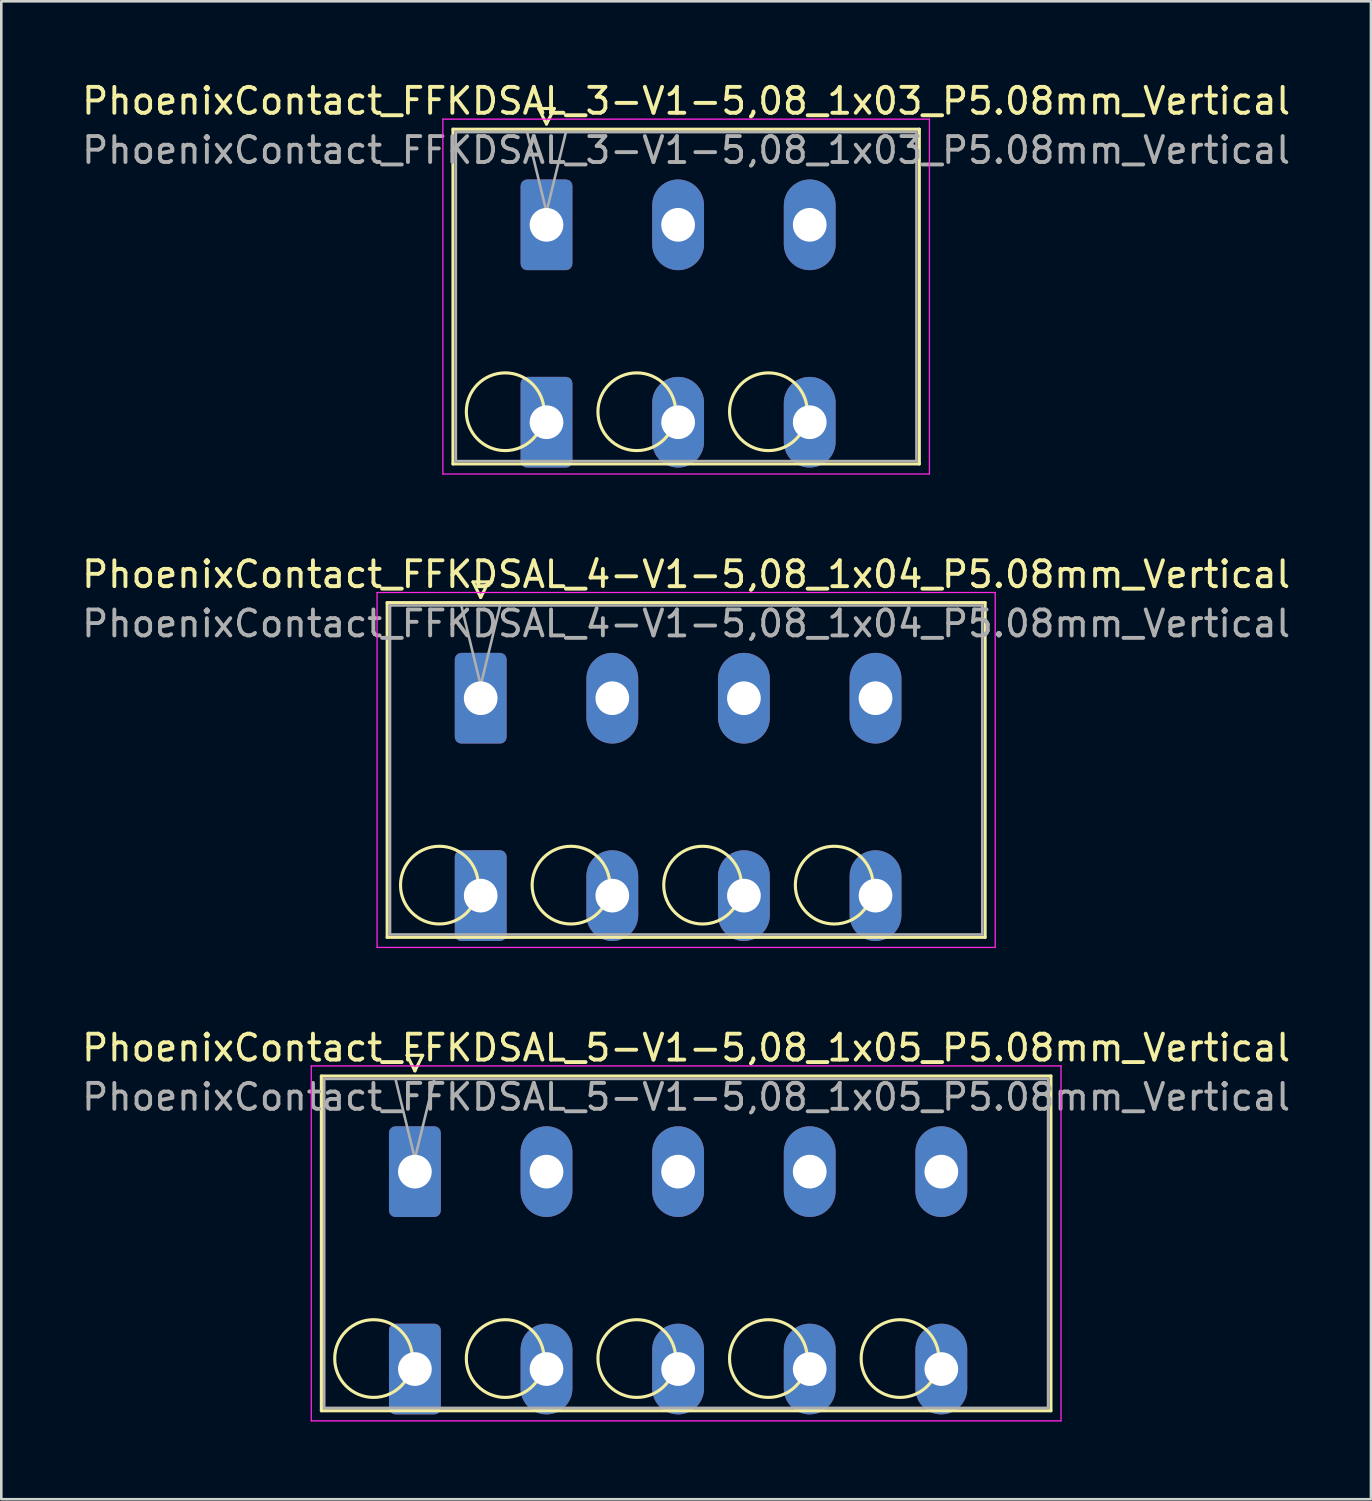
<source format=kicad_pcb>
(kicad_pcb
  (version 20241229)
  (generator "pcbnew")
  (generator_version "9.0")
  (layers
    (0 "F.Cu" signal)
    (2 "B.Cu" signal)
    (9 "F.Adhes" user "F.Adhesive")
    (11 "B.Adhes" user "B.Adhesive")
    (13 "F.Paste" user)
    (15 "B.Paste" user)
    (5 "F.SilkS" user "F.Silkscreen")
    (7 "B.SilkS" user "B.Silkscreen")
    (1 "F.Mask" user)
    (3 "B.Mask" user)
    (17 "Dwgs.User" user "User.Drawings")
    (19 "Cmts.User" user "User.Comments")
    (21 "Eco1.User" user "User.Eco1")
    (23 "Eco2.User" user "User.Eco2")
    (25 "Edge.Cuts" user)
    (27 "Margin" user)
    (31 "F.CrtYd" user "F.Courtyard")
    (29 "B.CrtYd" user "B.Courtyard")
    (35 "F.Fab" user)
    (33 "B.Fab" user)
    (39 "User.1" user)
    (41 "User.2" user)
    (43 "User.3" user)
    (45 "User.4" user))
  (footprint "PhoenixContact_FFKDSAL_3-V1-5,08_1x03_P5.08mm_Vertical"
    (layer "F.Cu")
    (at 18.045 5.628)
    (property "Reference" "PhoenixContact_FFKDSAL_3-V1-5,08_1x03_P5.08mm_Vertical" (at 5.39 -4.78 0) (layer "F.SilkS") (effects (font (size 1 1) (thickness 0.15))))
    (attr through_hole)
    (fp_line (start -3.61 -3.69) (end -3.61 9.23) (stroke (width 0.12) (type solid)) (layer "F.SilkS"))
    (fp_line (start -3.61 9.23) (end 14.39 9.23) (stroke (width 0.12) (type solid)) (layer "F.SilkS"))
    (fp_line (start -0.3 -4.49) (end 0.3 -4.49) (stroke (width 0.12) (type solid)) (layer "F.SilkS"))
    (fp_line (start 0 -3.89) (end -0.3 -4.49) (stroke (width 0.12) (type solid)) (layer "F.SilkS"))
    (fp_line (start 0.3 -4.49) (end 0 -3.89) (stroke (width 0.12) (type solid)) (layer "F.SilkS"))
    (fp_line (start 14.39 -3.69) (end -3.61 -3.69) (stroke (width 0.12) (type solid)) (layer "F.SilkS"))
    (fp_line (start 14.39 9.23) (end 14.39 -3.69) (stroke (width 0.12) (type solid)) (layer "F.SilkS"))
    (fp_circle (center -1.595 7.215) (end -0.095 7.215) (stroke (width 0.12) (type solid)) (fill no) (layer "F.SilkS"))
    (fp_circle (center 3.485 7.215) (end 4.985 7.215) (stroke (width 0.12) (type solid)) (fill no) (layer "F.SilkS"))
    (fp_circle (center 8.565 7.215) (end 10.065 7.215) (stroke (width 0.12) (type solid)) (fill no) (layer "F.SilkS"))
    (fp_line (start -4 -4.08) (end -4 9.62) (stroke (width 0.05) (type solid)) (layer "F.CrtYd"))
    (fp_line (start -4 9.62) (end 14.78 9.62) (stroke (width 0.05) (type solid)) (layer "F.CrtYd"))
    (fp_line (start 14.78 -4.08) (end -4 -4.08) (stroke (width 0.05) (type solid)) (layer "F.CrtYd"))
    (fp_line (start 14.78 9.62) (end 14.78 -4.08) (stroke (width 0.05) (type solid)) (layer "F.CrtYd"))
    (fp_line (start -3.5 -3.58) (end -3.5 9.12) (stroke (width 0.1) (type solid)) (layer "F.Fab"))
    (fp_line (start -3.5 9.12) (end 14.28 9.12) (stroke (width 0.1) (type solid)) (layer "F.Fab"))
    (fp_line (start 0 -0.5) (end -0.75 -3.58) (stroke (width 0.1) (type solid)) (layer "F.Fab"))
    (fp_line (start 0.75 -3.58) (end 0 -0.5) (stroke (width 0.1) (type solid)) (layer "F.Fab"))
    (fp_line (start 14.28 -3.58) (end -3.5 -3.58) (stroke (width 0.1) (type solid)) (layer "F.Fab"))
    (fp_line (start 14.28 9.12) (end 14.28 -3.58) (stroke (width 0.1) (type solid)) (layer "F.Fab"))
    (fp_text user "${REFERENCE}" (at 5.39 -2.88 0) (layer "F.Fab") (effects (font (size 1 1) (thickness 0.15))))
    (pad "1" thru_hole roundrect (at 0 0) (size 2 3.5) (drill 1.3) (layers "*.Cu" "*.Mask") (roundrect_rratio 0.125))
    (pad "1" thru_hole roundrect (at 0 7.62) (size 2 3.5) (drill 1.3) (layers "*.Cu" "*.Mask") (roundrect_rratio 0.125))
    (pad "2" thru_hole oval (at 5.08 0) (size 2 3.5) (drill 1.3) (layers "*.Cu" "*.Mask"))
    (pad "2" thru_hole oval (at 5.08 7.62) (size 2 3.5) (drill 1.3) (layers "*.Cu" "*.Mask"))
    (pad "3" thru_hole oval (at 10.16 0) (size 2 3.5) (drill 1.3) (layers "*.Cu" "*.Mask"))
    (pad "3" thru_hole oval (at 10.16 7.62) (size 2 3.5) (drill 1.3) (layers "*.Cu" "*.Mask")))
  (footprint "PhoenixContact_FFKDSAL_5-V1-5,08_1x05_P5.08mm_Vertical"
    (layer "F.Cu")
    (at 12.965 42.175)
    (property "Reference" "PhoenixContact_FFKDSAL_5-V1-5,08_1x05_P5.08mm_Vertical" (at 10.47 -4.78 0) (layer "F.SilkS") (effects (font (size 1 1) (thickness 0.15))))
    (attr through_hole)
    (fp_line (start -3.61 -3.69) (end -3.61 9.23) (stroke (width 0.12) (type solid)) (layer "F.SilkS"))
    (fp_line (start -3.61 9.23) (end 24.55 9.23) (stroke (width 0.12) (type solid)) (layer "F.SilkS"))
    (fp_line (start -0.3 -4.49) (end 0.3 -4.49) (stroke (width 0.12) (type solid)) (layer "F.SilkS"))
    (fp_line (start 0 -3.89) (end -0.3 -4.49) (stroke (width 0.12) (type solid)) (layer "F.SilkS"))
    (fp_line (start 0.3 -4.49) (end 0 -3.89) (stroke (width 0.12) (type solid)) (layer "F.SilkS"))
    (fp_line (start 24.55 -3.69) (end -3.61 -3.69) (stroke (width 0.12) (type solid)) (layer "F.SilkS"))
    (fp_line (start 24.55 9.23) (end 24.55 -3.69) (stroke (width 0.12) (type solid)) (layer "F.SilkS"))
    (fp_circle (center -1.595 7.215) (end -0.095 7.215) (stroke (width 0.12) (type solid)) (fill no) (layer "F.SilkS"))
    (fp_circle (center 3.485 7.215) (end 4.985 7.215) (stroke (width 0.12) (type solid)) (fill no) (layer "F.SilkS"))
    (fp_circle (center 8.565 7.215) (end 10.065 7.215) (stroke (width 0.12) (type solid)) (fill no) (layer "F.SilkS"))
    (fp_circle (center 13.645 7.215) (end 15.145 7.215) (stroke (width 0.12) (type solid)) (fill no) (layer "F.SilkS"))
    (fp_circle (center 18.725 7.215) (end 20.225 7.215) (stroke (width 0.12) (type solid)) (fill no) (layer "F.SilkS"))
    (fp_line (start -4 -4.08) (end -4 9.62) (stroke (width 0.05) (type solid)) (layer "F.CrtYd"))
    (fp_line (start -4 9.62) (end 24.94 9.62) (stroke (width 0.05) (type solid)) (layer "F.CrtYd"))
    (fp_line (start 24.94 -4.08) (end -4 -4.08) (stroke (width 0.05) (type solid)) (layer "F.CrtYd"))
    (fp_line (start 24.94 9.62) (end 24.94 -4.08) (stroke (width 0.05) (type solid)) (layer "F.CrtYd"))
    (fp_line (start -3.5 -3.58) (end -3.5 9.12) (stroke (width 0.1) (type solid)) (layer "F.Fab"))
    (fp_line (start -3.5 9.12) (end 24.44 9.12) (stroke (width 0.1) (type solid)) (layer "F.Fab"))
    (fp_line (start 0 -0.5) (end -0.75 -3.58) (stroke (width 0.1) (type solid)) (layer "F.Fab"))
    (fp_line (start 0.75 -3.58) (end 0 -0.5) (stroke (width 0.1) (type solid)) (layer "F.Fab"))
    (fp_line (start 24.44 -3.58) (end -3.5 -3.58) (stroke (width 0.1) (type solid)) (layer "F.Fab"))
    (fp_line (start 24.44 9.12) (end 24.44 -3.58) (stroke (width 0.1) (type solid)) (layer "F.Fab"))
    (fp_text user "${REFERENCE}" (at 10.47 -2.88 0) (layer "F.Fab") (effects (font (size 1 1) (thickness 0.15))))
    (pad "1" thru_hole roundrect (at 0 0) (size 2 3.5) (drill 1.3) (layers "*.Cu" "*.Mask") (roundrect_rratio 0.125))
    (pad "1" thru_hole roundrect (at 0 7.62) (size 2 3.5) (drill 1.3) (layers "*.Cu" "*.Mask") (roundrect_rratio 0.125))
    (pad "2" thru_hole oval (at 5.08 0) (size 2 3.5) (drill 1.3) (layers "*.Cu" "*.Mask"))
    (pad "2" thru_hole oval (at 5.08 7.62) (size 2 3.5) (drill 1.3) (layers "*.Cu" "*.Mask"))
    (pad "3" thru_hole oval (at 10.16 0) (size 2 3.5) (drill 1.3) (layers "*.Cu" "*.Mask"))
    (pad "3" thru_hole oval (at 10.16 7.62) (size 2 3.5) (drill 1.3) (layers "*.Cu" "*.Mask"))
    (pad "4" thru_hole oval (at 15.24 0) (size 2 3.5) (drill 1.3) (layers "*.Cu" "*.Mask"))
    (pad "4" thru_hole oval (at 15.24 7.62) (size 2 3.5) (drill 1.3) (layers "*.Cu" "*.Mask"))
    (pad "5" thru_hole oval (at 20.32 0) (size 2 3.5) (drill 1.3) (layers "*.Cu" "*.Mask"))
    (pad "5" thru_hole oval (at 20.32 7.62) (size 2 3.5) (drill 1.3) (layers "*.Cu" "*.Mask")))
  (footprint "PhoenixContact_FFKDSAL_4-V1-5,08_1x04_P5.08mm_Vertical"
    (layer "F.Cu")
    (at 15.505 23.901)
    (property "Reference" "PhoenixContact_FFKDSAL_4-V1-5,08_1x04_P5.08mm_Vertical" (at 7.93 -4.78 0) (layer "F.SilkS") (effects (font (size 1 1) (thickness 0.15))))
    (attr through_hole)
    (fp_line (start -3.61 -3.69) (end -3.61 9.23) (stroke (width 0.12) (type solid)) (layer "F.SilkS"))
    (fp_line (start -3.61 9.23) (end 19.47 9.23) (stroke (width 0.12) (type solid)) (layer "F.SilkS"))
    (fp_line (start -0.3 -4.49) (end 0.3 -4.49) (stroke (width 0.12) (type solid)) (layer "F.SilkS"))
    (fp_line (start 0 -3.89) (end -0.3 -4.49) (stroke (width 0.12) (type solid)) (layer "F.SilkS"))
    (fp_line (start 0.3 -4.49) (end 0 -3.89) (stroke (width 0.12) (type solid)) (layer "F.SilkS"))
    (fp_line (start 19.47 -3.69) (end -3.61 -3.69) (stroke (width 0.12) (type solid)) (layer "F.SilkS"))
    (fp_line (start 19.47 9.23) (end 19.47 -3.69) (stroke (width 0.12) (type solid)) (layer "F.SilkS"))
    (fp_circle (center -1.595 7.215) (end -0.095 7.215) (stroke (width 0.12) (type solid)) (fill no) (layer "F.SilkS"))
    (fp_circle (center 3.485 7.215) (end 4.985 7.215) (stroke (width 0.12) (type solid)) (fill no) (layer "F.SilkS"))
    (fp_circle (center 8.565 7.215) (end 10.065 7.215) (stroke (width 0.12) (type solid)) (fill no) (layer "F.SilkS"))
    (fp_circle (center 13.645 7.215) (end 15.145 7.215) (stroke (width 0.12) (type solid)) (fill no) (layer "F.SilkS"))
    (fp_line (start -4 -4.08) (end -4 9.62) (stroke (width 0.05) (type solid)) (layer "F.CrtYd"))
    (fp_line (start -4 9.62) (end 19.86 9.62) (stroke (width 0.05) (type solid)) (layer "F.CrtYd"))
    (fp_line (start 19.86 -4.08) (end -4 -4.08) (stroke (width 0.05) (type solid)) (layer "F.CrtYd"))
    (fp_line (start 19.86 9.62) (end 19.86 -4.08) (stroke (width 0.05) (type solid)) (layer "F.CrtYd"))
    (fp_line (start -3.5 -3.58) (end -3.5 9.12) (stroke (width 0.1) (type solid)) (layer "F.Fab"))
    (fp_line (start -3.5 9.12) (end 19.36 9.12) (stroke (width 0.1) (type solid)) (layer "F.Fab"))
    (fp_line (start 0 -0.5) (end -0.75 -3.58) (stroke (width 0.1) (type solid)) (layer "F.Fab"))
    (fp_line (start 0.75 -3.58) (end 0 -0.5) (stroke (width 0.1) (type solid)) (layer "F.Fab"))
    (fp_line (start 19.36 -3.58) (end -3.5 -3.58) (stroke (width 0.1) (type solid)) (layer "F.Fab"))
    (fp_line (start 19.36 9.12) (end 19.36 -3.58) (stroke (width 0.1) (type solid)) (layer "F.Fab"))
    (fp_text user "${REFERENCE}" (at 7.93 -2.88 0) (layer "F.Fab") (effects (font (size 1 1) (thickness 0.15))))
    (pad "1" thru_hole roundrect (at 0 0) (size 2 3.5) (drill 1.3) (layers "*.Cu" "*.Mask") (roundrect_rratio 0.125))
    (pad "1" thru_hole roundrect (at 0 7.62) (size 2 3.5) (drill 1.3) (layers "*.Cu" "*.Mask") (roundrect_rratio 0.125))
    (pad "2" thru_hole oval (at 5.08 0) (size 2 3.5) (drill 1.3) (layers "*.Cu" "*.Mask"))
    (pad "2" thru_hole oval (at 5.08 7.62) (size 2 3.5) (drill 1.3) (layers "*.Cu" "*.Mask"))
    (pad "3" thru_hole oval (at 10.16 0) (size 2 3.5) (drill 1.3) (layers "*.Cu" "*.Mask"))
    (pad "3" thru_hole oval (at 10.16 7.62) (size 2 3.5) (drill 1.3) (layers "*.Cu" "*.Mask"))
    (pad "4" thru_hole oval (at 15.24 0) (size 2 3.5) (drill 1.3) (layers "*.Cu" "*.Mask"))
    (pad "4" thru_hole oval (at 15.24 7.62) (size 2 3.5) (drill 1.3) (layers "*.Cu" "*.Mask")))
  (gr_rect
    (start -3 -3)
    (end 49.869 54.82)
    (stroke (width 0.1) (type default))
    (fill no)
    (layer "Edge.Cuts")))
</source>
